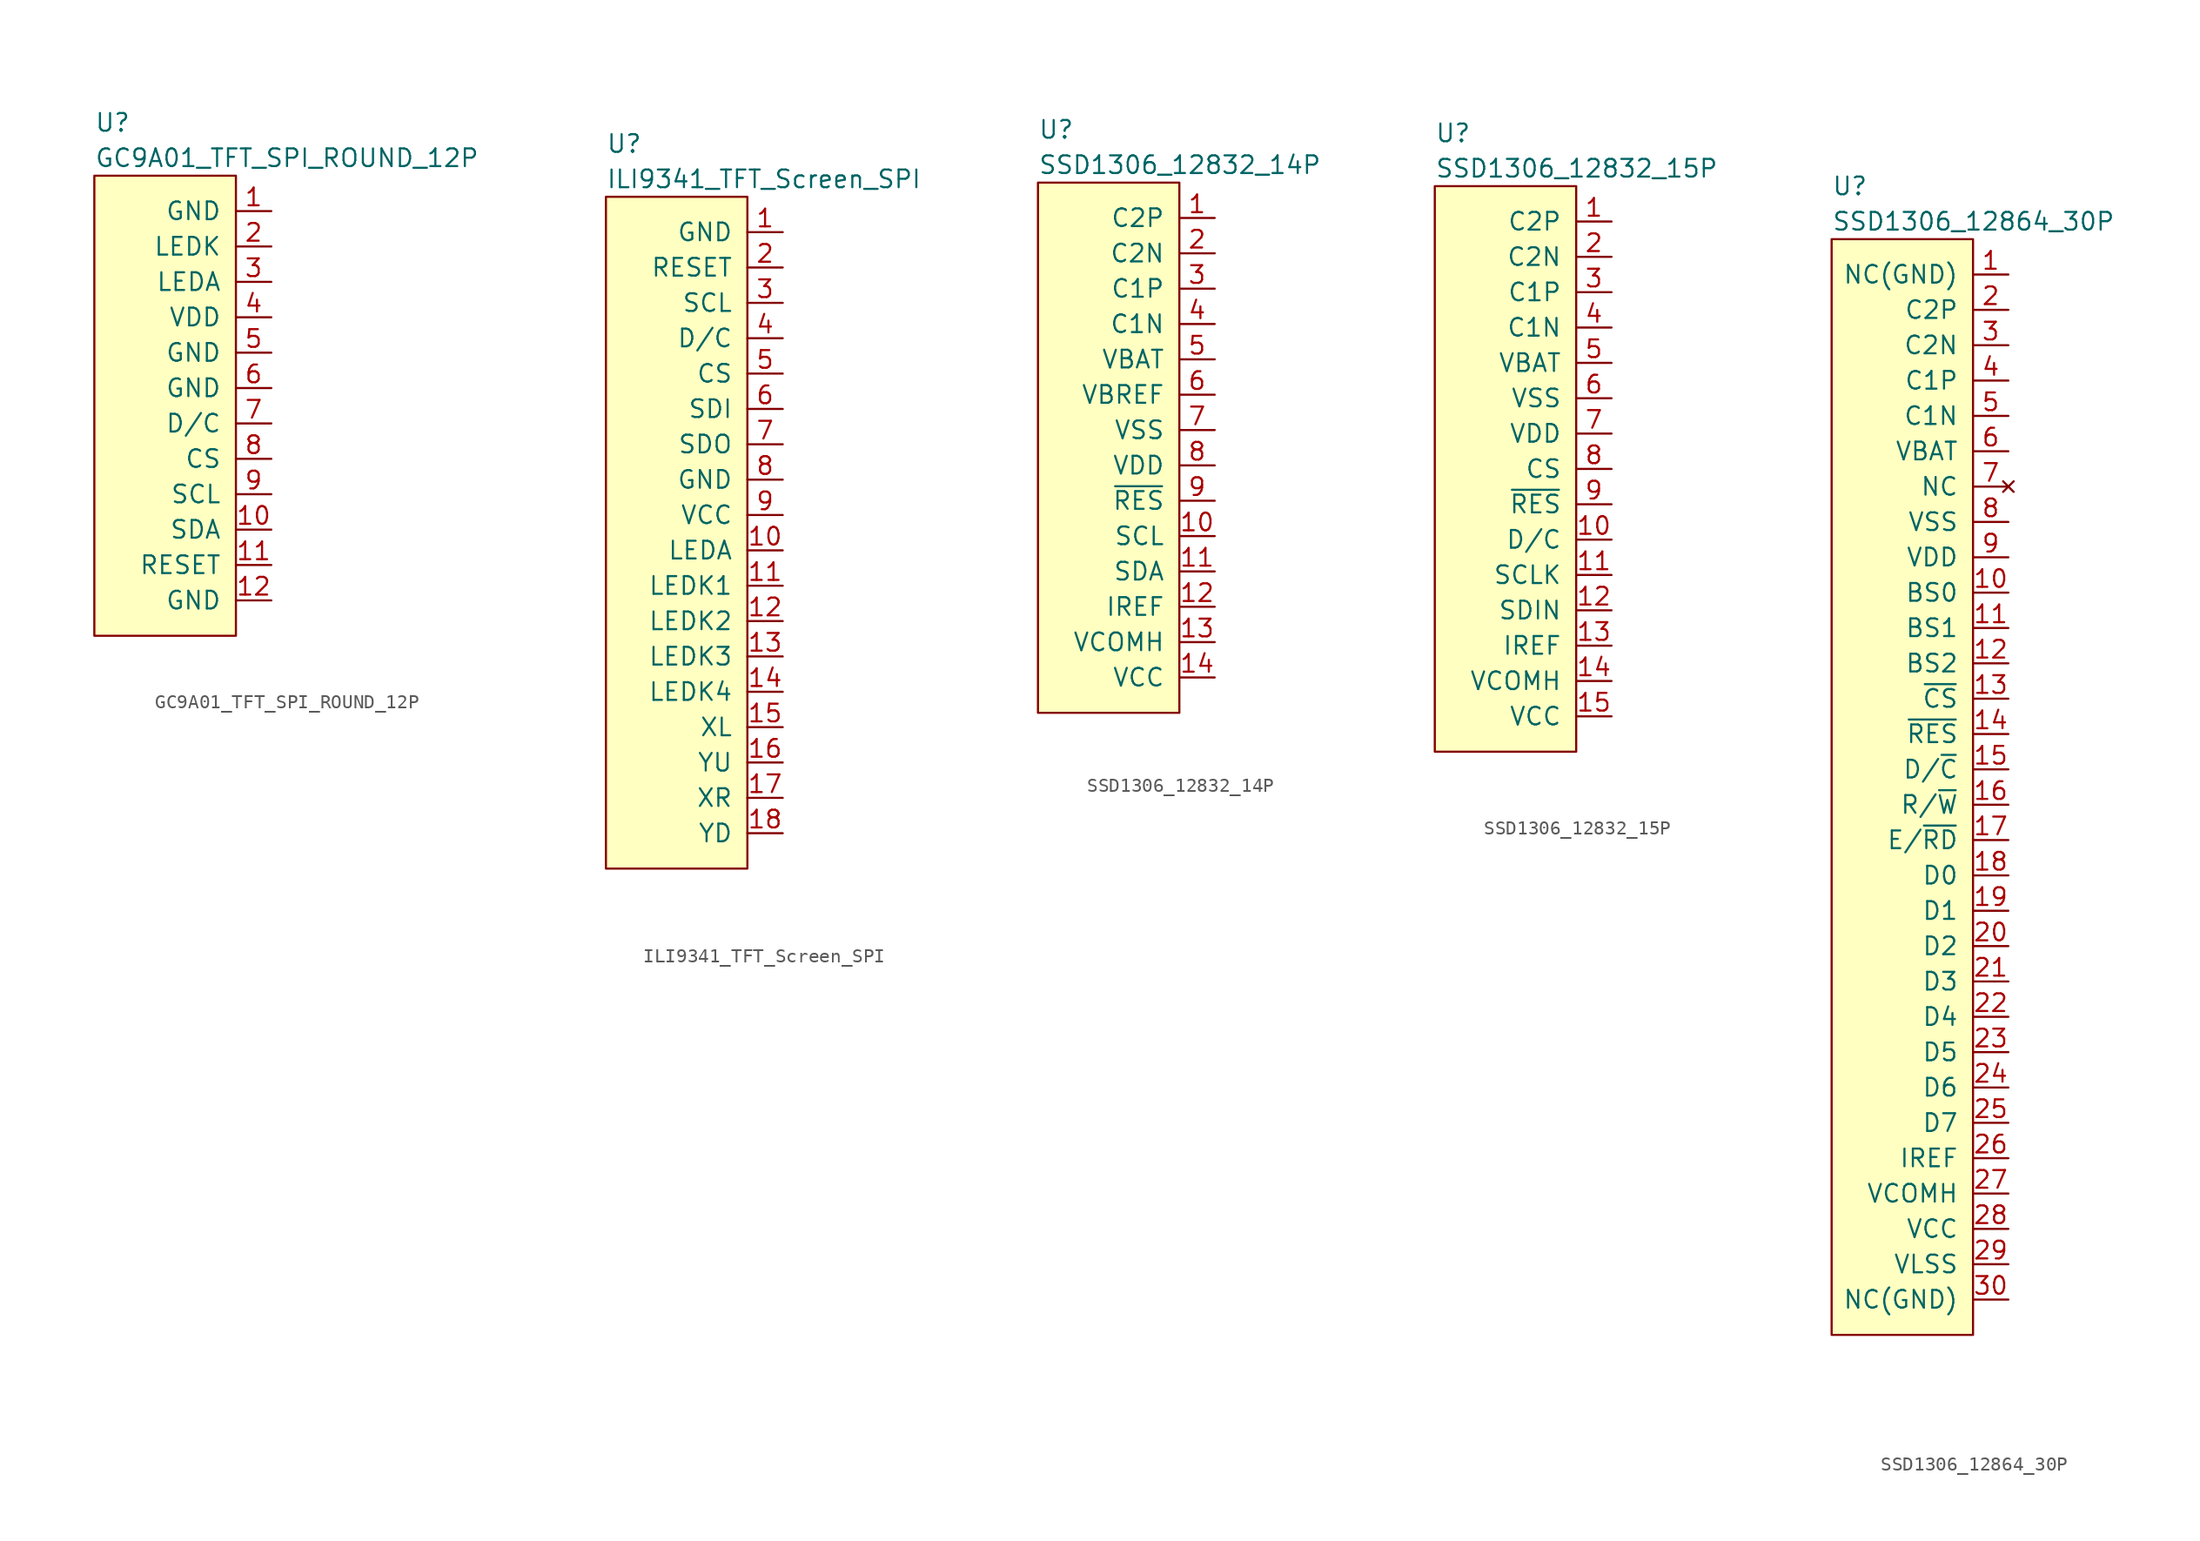
<source format=kicad_sym>
(kicad_symbol_lib
  (version 20211014)
  (generator kicad_symbol_editor)
  (symbol "GC9A01_TFT_SPI_ROUND_12P"
    (pin_names
      (offset 1.016))
    (property "Reference" "U"
      (at 0 3.81 0)
      (effects (font (size 1.27 1.27)) (justify left)))
    (property "Value" "GC9A01_TFT_SPI_ROUND_12P"
      (at 0 1.27 0)
      (effects (font (size 1.27 1.27)) (justify left)))
    (symbol "GC9A01_TFT_SPI_ROUND_12P_0_1"
      (rectangle (start 0 0) (end 10.16 -33.02) (stroke (width 0) (type default) (color 0 0 0 0)) (fill (type background))))
    (symbol "GC9A01_TFT_SPI_ROUND_12P_1_1"
      (pin power_in line (at 12.7 -2.54 180) (length 2.54) (name "GND" (effects (font (size 1.27 1.27)))) (number "1" (effects (font (size 1.27 1.27)))))
      (pin input line (at 12.7 -25.4 180) (length 2.54) (name "SDA" (effects (font (size 1.27 1.27)))) (number "10" (effects (font (size 1.27 1.27)))))
      (pin input line (at 12.7 -27.94 180) (length 2.54) (name "RESET" (effects (font (size 1.27 1.27)))) (number "11" (effects (font (size 1.27 1.27)))))
      (pin power_in line (at 12.7 -30.48 180) (length 2.54) (name "GND" (effects (font (size 1.27 1.27)))) (number "12" (effects (font (size 1.27 1.27)))))
      (pin power_in line (at 12.7 -5.08 180) (length 2.54) (name "LEDK" (effects (font (size 1.27 1.27)))) (number "2" (effects (font (size 1.27 1.27)))))
      (pin power_in line (at 12.7 -7.62 180) (length 2.54) (name "LEDA" (effects (font (size 1.27 1.27)))) (number "3" (effects (font (size 1.27 1.27)))))
      (pin power_in line (at 12.7 -10.16 180) (length 2.54) (name "VDD" (effects (font (size 1.27 1.27)))) (number "4" (effects (font (size 1.27 1.27)))))
      (pin power_in line (at 12.7 -12.7 180) (length 2.54) (name "GND" (effects (font (size 1.27 1.27)))) (number "5" (effects (font (size 1.27 1.27)))))
      (pin power_in line (at 12.7 -15.24 180) (length 2.54) (name "GND" (effects (font (size 1.27 1.27)))) (number "6" (effects (font (size 1.27 1.27)))))
      (pin input line (at 12.7 -17.78 180) (length 2.54) (name "D/C" (effects (font (size 1.27 1.27)))) (number "7" (effects (font (size 1.27 1.27)))))
      (pin input line (at 12.7 -20.32 180) (length 2.54) (name "CS" (effects (font (size 1.27 1.27)))) (number "8" (effects (font (size 1.27 1.27)))))
      (pin input line (at 12.7 -22.86 180) (length 2.54) (name "SCL" (effects (font (size 1.27 1.27)))) (number "9" (effects (font (size 1.27 1.27)))))))
  (symbol "ILI9341_TFT_Screen_SPI"
    (pin_names
      (offset 1.016))
    (property "Reference" "U"
      (at 0 3.81 0)
      (effects (font (size 1.27 1.27)) (justify left)))
    (property "Value" "ILI9341_TFT_Screen_SPI"
      (at 0 1.27 0)
      (effects (font (size 1.27 1.27)) (justify left)))
    (symbol "ILI9341_TFT_Screen_SPI_0_1"
      (rectangle (start 0 0) (end 10.16 -48.26) (stroke (width 0) (type default) (color 0 0 0 0)) (fill (type background))))
    (symbol "ILI9341_TFT_Screen_SPI_1_1"
      (pin power_in line (at 12.7 -2.54 180) (length 2.54) (name "GND" (effects (font (size 1.27 1.27)))) (number "1" (effects (font (size 1.27 1.27)))))
      (pin power_in line (at 12.7 -25.4 180) (length 2.54) (name "LEDA" (effects (font (size 1.27 1.27)))) (number "10" (effects (font (size 1.27 1.27)))))
      (pin power_in line (at 12.7 -27.94 180) (length 2.54) (name "LEDK1" (effects (font (size 1.27 1.27)))) (number "11" (effects (font (size 1.27 1.27)))))
      (pin power_in line (at 12.7 -30.48 180) (length 2.54) (name "LEDK2" (effects (font (size 1.27 1.27)))) (number "12" (effects (font (size 1.27 1.27)))))
      (pin power_in line (at 12.7 -33.02 180) (length 2.54) (name "LEDK3" (effects (font (size 1.27 1.27)))) (number "13" (effects (font (size 1.27 1.27)))))
      (pin power_in line (at 12.7 -35.56 180) (length 2.54) (name "LEDK4" (effects (font (size 1.27 1.27)))) (number "14" (effects (font (size 1.27 1.27)))))
      (pin output line (at 12.7 -38.1 180) (length 2.54) (name "XL" (effects (font (size 1.27 1.27)))) (number "15" (effects (font (size 1.27 1.27)))))
      (pin output line (at 12.7 -40.64 180) (length 2.54) (name "YU" (effects (font (size 1.27 1.27)))) (number "16" (effects (font (size 1.27 1.27)))))
      (pin output line (at 12.7 -43.18 180) (length 2.54) (name "XR" (effects (font (size 1.27 1.27)))) (number "17" (effects (font (size 1.27 1.27)))))
      (pin output line (at 12.7 -45.72 180) (length 2.54) (name "YD" (effects (font (size 1.27 1.27)))) (number "18" (effects (font (size 1.27 1.27)))))
      (pin input line (at 12.7 -5.08 180) (length 2.54) (name "RESET" (effects (font (size 1.27 1.27)))) (number "2" (effects (font (size 1.27 1.27)))))
      (pin input line (at 12.7 -7.62 180) (length 2.54) (name "SCL" (effects (font (size 1.27 1.27)))) (number "3" (effects (font (size 1.27 1.27)))))
      (pin input line (at 12.7 -10.16 180) (length 2.54) (name "D/C" (effects (font (size 1.27 1.27)))) (number "4" (effects (font (size 1.27 1.27)))))
      (pin input line (at 12.7 -12.7 180) (length 2.54) (name "CS" (effects (font (size 1.27 1.27)))) (number "5" (effects (font (size 1.27 1.27)))))
      (pin input line (at 12.7 -15.24 180) (length 2.54) (name "SDI" (effects (font (size 1.27 1.27)))) (number "6" (effects (font (size 1.27 1.27)))))
      (pin output line (at 12.7 -17.78 180) (length 2.54) (name "SDO" (effects (font (size 1.27 1.27)))) (number "7" (effects (font (size 1.27 1.27)))))
      (pin power_in line (at 12.7 -20.32 180) (length 2.54) (name "GND" (effects (font (size 1.27 1.27)))) (number "8" (effects (font (size 1.27 1.27)))))
      (pin power_in line (at 12.7 -22.86 180) (length 2.54) (name "VCC" (effects (font (size 1.27 1.27)))) (number "9" (effects (font (size 1.27 1.27)))))))
  (symbol "SSD1306_12832_14P"
    (pin_names
      (offset 1.016))
    (property "Reference" "U"
      (at 0 3.81 0)
      (effects (font (size 1.27 1.27)) (justify left)))
    (property "Value" "SSD1306_12832_14P"
      (at 0 1.27 0)
      (effects (font (size 1.27 1.27)) (justify left)))
    (symbol "SSD1306_12832_14P_0_1"
      (rectangle (start 0 0) (end 10.16 -38.1) (stroke (width 0) (type default) (color 0 0 0 0)) (fill (type background))))
    (symbol "SSD1306_12832_14P_1_1"
      (pin power_out line (at 12.7 -2.54 180) (length 2.54) (name "C2P" (effects (font (size 1.27 1.27)))) (number "1" (effects (font (size 1.27 1.27)))))
      (pin input line (at 12.7 -25.4 180) (length 2.54) (name "SCL" (effects (font (size 1.27 1.27)))) (number "10" (effects (font (size 1.27 1.27)))))
      (pin input line (at 12.7 -27.94 180) (length 2.54) (name "SDA" (effects (font (size 1.27 1.27)))) (number "11" (effects (font (size 1.27 1.27)))))
      (pin input line (at 12.7 -30.48 180) (length 2.54) (name "IREF" (effects (font (size 1.27 1.27)))) (number "12" (effects (font (size 1.27 1.27)))))
      (pin power_in line (at 12.7 -33.02 180) (length 2.54) (name "VCOMH" (effects (font (size 1.27 1.27)))) (number "13" (effects (font (size 1.27 1.27)))))
      (pin power_in line (at 12.7 -35.56 180) (length 2.54) (name "VCC" (effects (font (size 1.27 1.27)))) (number "14" (effects (font (size 1.27 1.27)))))
      (pin power_out line (at 12.7 -5.08 180) (length 2.54) (name "C2N" (effects (font (size 1.27 1.27)))) (number "2" (effects (font (size 1.27 1.27)))))
      (pin power_out line (at 12.7 -7.62 180) (length 2.54) (name "C1P" (effects (font (size 1.27 1.27)))) (number "3" (effects (font (size 1.27 1.27)))))
      (pin power_out line (at 12.7 -10.16 180) (length 2.54) (name "C1N" (effects (font (size 1.27 1.27)))) (number "4" (effects (font (size 1.27 1.27)))))
      (pin power_in line (at 12.7 -12.7 180) (length 2.54) (name "VBAT" (effects (font (size 1.27 1.27)))) (number "5" (effects (font (size 1.27 1.27)))))
      (pin power_in line (at 12.7 -15.24 180) (length 2.54) (name "VBREF" (effects (font (size 1.27 1.27)))) (number "6" (effects (font (size 1.27 1.27)))))
      (pin power_in line (at 12.7 -17.78 180) (length 2.54) (name "VSS" (effects (font (size 1.27 1.27)))) (number "7" (effects (font (size 1.27 1.27)))))
      (pin power_in line (at 12.7 -20.32 180) (length 2.54) (name "VDD" (effects (font (size 1.27 1.27)))) (number "8" (effects (font (size 1.27 1.27)))))
      (pin input line (at 12.7 -22.86 180) (length 2.54) (name "~{RES}" (effects (font (size 1.27 1.27)))) (number "9" (effects (font (size 1.27 1.27)))))))
  (symbol "SSD1306_12832_15P"
    (pin_names
      (offset 1.016))
    (property "Reference" "U"
      (at 0 3.81 0)
      (effects (font (size 1.27 1.27)) (justify left)))
    (property "Value" "SSD1306_12832_15P"
      (at 0 1.27 0)
      (effects (font (size 1.27 1.27)) (justify left)))
    (symbol "SSD1306_12832_15P_0_1"
      (rectangle (start 0 0) (end 10.16 -40.64) (stroke (width 0) (type default) (color 0 0 0 0)) (fill (type background))))
    (symbol "SSD1306_12832_15P_1_1"
      (pin power_out line (at 12.7 -2.54 180) (length 2.54) (name "C2P" (effects (font (size 1.27 1.27)))) (number "1" (effects (font (size 1.27 1.27)))))
      (pin input line (at 12.7 -25.4 180) (length 2.54) (name "D/C" (effects (font (size 1.27 1.27)))) (number "10" (effects (font (size 1.27 1.27)))))
      (pin input line (at 12.7 -27.94 180) (length 2.54) (name "SCLK" (effects (font (size 1.27 1.27)))) (number "11" (effects (font (size 1.27 1.27)))))
      (pin input line (at 12.7 -30.48 180) (length 2.54) (name "SDIN" (effects (font (size 1.27 1.27)))) (number "12" (effects (font (size 1.27 1.27)))))
      (pin input line (at 12.7 -33.02 180) (length 2.54) (name "IREF" (effects (font (size 1.27 1.27)))) (number "13" (effects (font (size 1.27 1.27)))))
      (pin power_in line (at 12.7 -35.56 180) (length 2.54) (name "VCOMH" (effects (font (size 1.27 1.27)))) (number "14" (effects (font (size 1.27 1.27)))))
      (pin power_in line (at 12.7 -38.1 180) (length 2.54) (name "VCC" (effects (font (size 1.27 1.27)))) (number "15" (effects (font (size 1.27 1.27)))))
      (pin power_out line (at 12.7 -5.08 180) (length 2.54) (name "C2N" (effects (font (size 1.27 1.27)))) (number "2" (effects (font (size 1.27 1.27)))))
      (pin power_out line (at 12.7 -7.62 180) (length 2.54) (name "C1P" (effects (font (size 1.27 1.27)))) (number "3" (effects (font (size 1.27 1.27)))))
      (pin power_out line (at 12.7 -10.16 180) (length 2.54) (name "C1N" (effects (font (size 1.27 1.27)))) (number "4" (effects (font (size 1.27 1.27)))))
      (pin power_in line (at 12.7 -12.7 180) (length 2.54) (name "VBAT" (effects (font (size 1.27 1.27)))) (number "5" (effects (font (size 1.27 1.27)))))
      (pin power_in line (at 12.7 -15.24 180) (length 2.54) (name "VSS" (effects (font (size 1.27 1.27)))) (number "6" (effects (font (size 1.27 1.27)))))
      (pin power_in line (at 12.7 -17.78 180) (length 2.54) (name "VDD" (effects (font (size 1.27 1.27)))) (number "7" (effects (font (size 1.27 1.27)))))
      (pin input line (at 12.7 -20.32 180) (length 2.54) (name "CS" (effects (font (size 1.27 1.27)))) (number "8" (effects (font (size 1.27 1.27)))))
      (pin input line (at 12.7 -22.86 180) (length 2.54) (name "~{RES}" (effects (font (size 1.27 1.27)))) (number "9" (effects (font (size 1.27 1.27)))))))
  (symbol "SSD1306_12864_30P"
    (pin_names
      (offset 1.016))
    (property "Reference" "U"
      (at 0 3.81 0)
      (effects (font (size 1.27 1.27)) (justify left)))
    (property "Value" "SSD1306_12864_30P"
      (at 0 1.27 0)
      (effects (font (size 1.27 1.27)) (justify left)))
    (symbol "SSD1306_12864_30P_0_1"
      (rectangle (start 0 0) (end 10.16 -78.74) (stroke (width 0) (type default) (color 0 0 0 0)) (fill (type background))))
    (symbol "SSD1306_12864_30P_1_1"
      (pin power_out line (at 12.7 -2.54 180) (length 2.54) (name "NC(GND)" (effects (font (size 1.27 1.27)))) (number "1" (effects (font (size 1.27 1.27)))))
      (pin input line (at 12.7 -25.4 180) (length 2.54) (name "BS0" (effects (font (size 1.27 1.27)))) (number "10" (effects (font (size 1.27 1.27)))))
      (pin input line (at 12.7 -27.94 180) (length 2.54) (name "BS1" (effects (font (size 1.27 1.27)))) (number "11" (effects (font (size 1.27 1.27)))))
      (pin output line (at 12.7 -30.48 180) (length 2.54) (name "BS2" (effects (font (size 1.27 1.27)))) (number "12" (effects (font (size 1.27 1.27)))))
      (pin input line (at 12.7 -33.02 180) (length 2.54) (name "~{CS}" (effects (font (size 1.27 1.27)))) (number "13" (effects (font (size 1.27 1.27)))))
      (pin input line (at 12.7 -35.56 180) (length 2.54) (name "~{RES}" (effects (font (size 1.27 1.27)))) (number "14" (effects (font (size 1.27 1.27)))))
      (pin input line (at 12.7 -38.1 180) (length 2.54) (name "D/~{C}" (effects (font (size 1.27 1.27)))) (number "15" (effects (font (size 1.27 1.27)))))
      (pin input line (at 12.7 -40.64 180) (length 2.54) (name "R/~{W}" (effects (font (size 1.27 1.27)))) (number "16" (effects (font (size 1.27 1.27)))))
      (pin input line (at 12.7 -43.18 180) (length 2.54) (name "E/~{RD}" (effects (font (size 1.27 1.27)))) (number "17" (effects (font (size 1.27 1.27)))))
      (pin bidirectional line (at 12.7 -45.72 180) (length 2.54) (name "D0" (effects (font (size 1.27 1.27)))) (number "18" (effects (font (size 1.27 1.27)))))
      (pin bidirectional line (at 12.7 -48.26 180) (length 2.54) (name "D1" (effects (font (size 1.27 1.27)))) (number "19" (effects (font (size 1.27 1.27)))))
      (pin power_out line (at 12.7 -5.08 180) (length 2.54) (name "C2P" (effects (font (size 1.27 1.27)))) (number "2" (effects (font (size 1.27 1.27)))))
      (pin bidirectional line (at 12.7 -50.8 180) (length 2.54) (name "D2" (effects (font (size 1.27 1.27)))) (number "20" (effects (font (size 1.27 1.27)))))
      (pin bidirectional line (at 12.7 -53.34 180) (length 2.54) (name "D3" (effects (font (size 1.27 1.27)))) (number "21" (effects (font (size 1.27 1.27)))))
      (pin bidirectional line (at 12.7 -55.88 180) (length 2.54) (name "D4" (effects (font (size 1.27 1.27)))) (number "22" (effects (font (size 1.27 1.27)))))
      (pin bidirectional line (at 12.7 -58.42 180) (length 2.54) (name "D5" (effects (font (size 1.27 1.27)))) (number "23" (effects (font (size 1.27 1.27)))))
      (pin bidirectional line (at 12.7 -60.96 180) (length 2.54) (name "D6" (effects (font (size 1.27 1.27)))) (number "24" (effects (font (size 1.27 1.27)))))
      (pin bidirectional line (at 12.7 -63.5 180) (length 2.54) (name "D7" (effects (font (size 1.27 1.27)))) (number "25" (effects (font (size 1.27 1.27)))))
      (pin input line (at 12.7 -66.04 180) (length 2.54) (name "IREF" (effects (font (size 1.27 1.27)))) (number "26" (effects (font (size 1.27 1.27)))))
      (pin power_in line (at 12.7 -68.58 180) (length 2.54) (name "VCOMH" (effects (font (size 1.27 1.27)))) (number "27" (effects (font (size 1.27 1.27)))))
      (pin power_in line (at 12.7 -71.12 180) (length 2.54) (name "VCC" (effects (font (size 1.27 1.27)))) (number "28" (effects (font (size 1.27 1.27)))))
      (pin power_in line (at 12.7 -73.66 180) (length 2.54) (name "VLSS" (effects (font (size 1.27 1.27)))) (number "29" (effects (font (size 1.27 1.27)))))
      (pin power_out line (at 12.7 -7.62 180) (length 2.54) (name "C2N" (effects (font (size 1.27 1.27)))) (number "3" (effects (font (size 1.27 1.27)))))
      (pin power_in line (at 12.7 -76.2 180) (length 2.54) (name "NC(GND)" (effects (font (size 1.27 1.27)))) (number "30" (effects (font (size 1.27 1.27)))))
      (pin power_out line (at 12.7 -10.16 180) (length 2.54) (name "C1P" (effects (font (size 1.27 1.27)))) (number "4" (effects (font (size 1.27 1.27)))))
      (pin power_in line (at 12.7 -12.7 180) (length 2.54) (name "C1N" (effects (font (size 1.27 1.27)))) (number "5" (effects (font (size 1.27 1.27)))))
      (pin power_in line (at 12.7 -15.24 180) (length 2.54) (name "VBAT" (effects (font (size 1.27 1.27)))) (number "6" (effects (font (size 1.27 1.27)))))
      (pin no_connect line (at 12.7 -17.78 180) (length 2.54) (name "NC" (effects (font (size 1.27 1.27)))) (number "7" (effects (font (size 1.27 1.27)))))
      (pin power_in line (at 12.7 -20.32 180) (length 2.54) (name "VSS" (effects (font (size 1.27 1.27)))) (number "8" (effects (font (size 1.27 1.27)))))
      (pin power_in line (at 12.7 -22.86 180) (length 2.54) (name "VDD" (effects (font (size 1.27 1.27)))) (number "9" (effects (font (size 1.27 1.27))))))))
</source>
